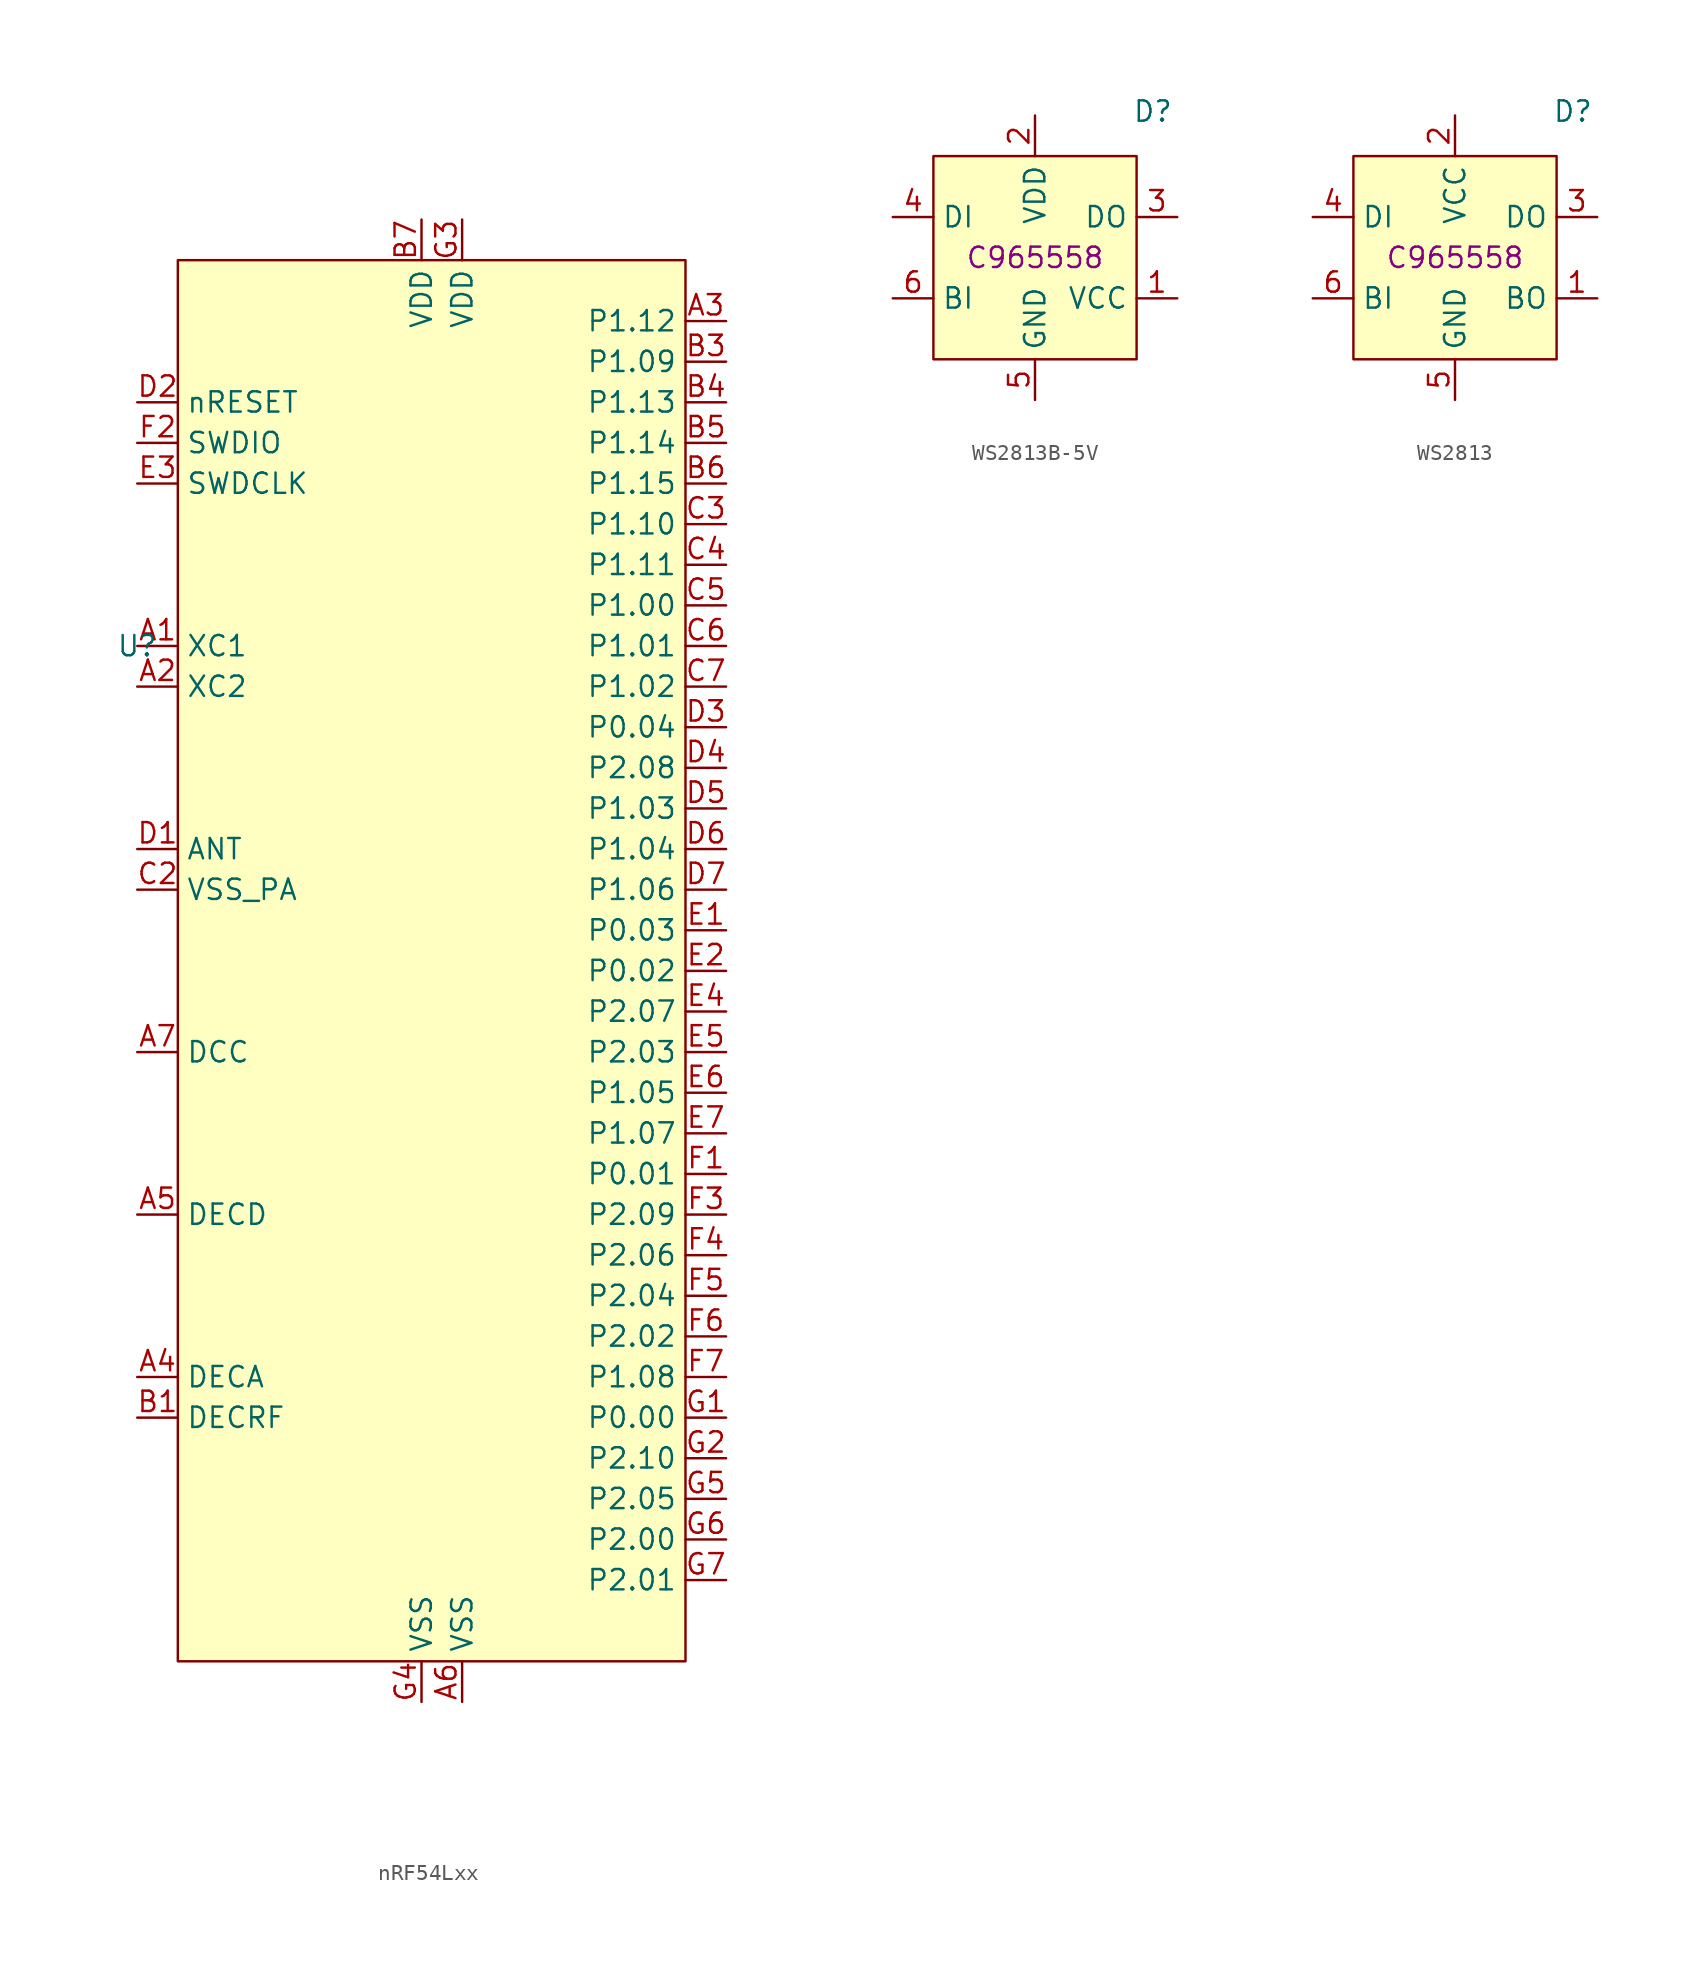
<source format=kicad_sym>
(kicad_symbol_lib
  (version 20231120)
  (generator "kicad_symbol_editor")
  (generator_version "8.0")
  (symbol "nRF54Lxx"
    (property "Reference" "U"
      (at -17.78 15.24 0)
      (effects (font (size 1.27 1.27))))
    (property "Value" ""
      (at -17.78 15.24 0)
      (effects (font (size 1.27 1.27))))
    (symbol "nRF54Lxx_0_0"
      (pin unspecified line (at -17.78 15.24 0) (length 2.54) (name "XC1" (effects (font (size 1.27 1.27)))) (number "A1" (effects (font (size 1.27 1.27)))))
      (pin unspecified line (at -17.78 12.7 0) (length 2.54) (name "XC2" (effects (font (size 1.27 1.27)))) (number "A2" (effects (font (size 1.27 1.27)))))
      (pin unspecified line (at 19.05 35.56 180) (length 2.54) (name "P1.12" (effects (font (size 1.27 1.27)))) (number "A3" (effects (font (size 1.27 1.27)))))
      (pin unspecified line (at -17.78 -30.48 0) (length 2.54) (name "DECA" (effects (font (size 1.27 1.27)))) (number "A4" (effects (font (size 1.27 1.27)))))
      (pin unspecified line (at -17.78 -20.32 0) (length 2.54) (name "DECD" (effects (font (size 1.27 1.27)))) (number "A5" (effects (font (size 1.27 1.27)))))
      (pin unspecified line (at 2.54 -50.8 90) (length 2.54) (name "VSS" (effects (font (size 1.27 1.27)))) (number "A6" (effects (font (size 1.27 1.27)))))
      (pin unspecified line (at -17.78 -10.16 0) (length 2.54) (name "DCC" (effects (font (size 1.27 1.27)))) (number "A7" (effects (font (size 1.27 1.27)))))
      (pin unspecified line (at -17.78 -33.02 0) (length 2.54) (name "DECRF" (effects (font (size 1.27 1.27)))) (number "B1" (effects (font (size 1.27 1.27)))))
      (pin unspecified line (at 19.05 33.02 180) (length 2.54) (name "P1.09" (effects (font (size 1.27 1.27)))) (number "B3" (effects (font (size 1.27 1.27)))))
      (pin unspecified line (at 19.05 30.48 180) (length 2.54) (name "P1.13" (effects (font (size 1.27 1.27)))) (number "B4" (effects (font (size 1.27 1.27)))))
      (pin unspecified line (at 19.05 27.94 180) (length 2.54) (name "P1.14" (effects (font (size 1.27 1.27)))) (number "B5" (effects (font (size 1.27 1.27)))))
      (pin unspecified line (at 19.05 25.4 180) (length 2.54) (name "P1.15" (effects (font (size 1.27 1.27)))) (number "B6" (effects (font (size 1.27 1.27)))))
      (pin unspecified line (at 0 41.91 270) (length 2.54) (name "VDD" (effects (font (size 1.27 1.27)))) (number "B7" (effects (font (size 1.27 1.27)))))
      (pin unspecified line (at -17.78 0 0) (length 2.54) (name "VSS_PA" (effects (font (size 1.27 1.27)))) (number "C2" (effects (font (size 1.27 1.27)))))
      (pin unspecified line (at 19.05 22.86 180) (length 2.54) (name "P1.10" (effects (font (size 1.27 1.27)))) (number "C3" (effects (font (size 1.27 1.27)))))
      (pin unspecified line (at 19.05 20.32 180) (length 2.54) (name "P1.11" (effects (font (size 1.27 1.27)))) (number "C4" (effects (font (size 1.27 1.27)))))
      (pin unspecified line (at 19.05 17.78 180) (length 2.54) (name "P1.00" (effects (font (size 1.27 1.27)))) (number "C5" (effects (font (size 1.27 1.27)))))
      (pin unspecified line (at 19.05 15.24 180) (length 2.54) (name "P1.01" (effects (font (size 1.27 1.27)))) (number "C6" (effects (font (size 1.27 1.27)))))
      (pin unspecified line (at 19.05 12.7 180) (length 2.54) (name "P1.02" (effects (font (size 1.27 1.27)))) (number "C7" (effects (font (size 1.27 1.27)))))
      (pin unspecified line (at -17.78 2.54 0) (length 2.54) (name "ANT" (effects (font (size 1.27 1.27)))) (number "D1" (effects (font (size 1.27 1.27)))))
      (pin unspecified line (at -17.78 30.48 0) (length 2.54) (name "nRESET" (effects (font (size 1.27 1.27)))) (number "D2" (effects (font (size 1.27 1.27)))))
      (pin unspecified line (at 19.05 10.16 180) (length 2.54) (name "P0.04" (effects (font (size 1.27 1.27)))) (number "D3" (effects (font (size 1.27 1.27)))))
      (pin unspecified line (at 19.05 7.62 180) (length 2.54) (name "P2.08" (effects (font (size 1.27 1.27)))) (number "D4" (effects (font (size 1.27 1.27)))))
      (pin unspecified line (at 19.05 5.08 180) (length 2.54) (name "P1.03" (effects (font (size 1.27 1.27)))) (number "D5" (effects (font (size 1.27 1.27)))))
      (pin unspecified line (at 19.05 2.54 180) (length 2.54) (name "P1.04" (effects (font (size 1.27 1.27)))) (number "D6" (effects (font (size 1.27 1.27)))))
      (pin unspecified line (at 19.05 0 180) (length 2.54) (name "P1.06" (effects (font (size 1.27 1.27)))) (number "D7" (effects (font (size 1.27 1.27)))))
      (pin unspecified line (at 19.05 -2.54 180) (length 2.54) (name "P0.03" (effects (font (size 1.27 1.27)))) (number "E1" (effects (font (size 1.27 1.27)))))
      (pin unspecified line (at 19.05 -5.08 180) (length 2.54) (name "P0.02" (effects (font (size 1.27 1.27)))) (number "E2" (effects (font (size 1.27 1.27)))))
      (pin unspecified line (at -17.78 25.4 0) (length 2.54) (name "SWDCLK" (effects (font (size 1.27 1.27)))) (number "E3" (effects (font (size 1.27 1.27)))))
      (pin unspecified line (at 19.05 -7.62 180) (length 2.54) (name "P2.07" (effects (font (size 1.27 1.27)))) (number "E4" (effects (font (size 1.27 1.27)))))
      (pin unspecified line (at 19.05 -10.16 180) (length 2.54) (name "P2.03" (effects (font (size 1.27 1.27)))) (number "E5" (effects (font (size 1.27 1.27)))))
      (pin unspecified line (at 19.05 -12.7 180) (length 2.54) (name "P1.05" (effects (font (size 1.27 1.27)))) (number "E6" (effects (font (size 1.27 1.27)))))
      (pin unspecified line (at 19.05 -15.24 180) (length 2.54) (name "P1.07" (effects (font (size 1.27 1.27)))) (number "E7" (effects (font (size 1.27 1.27)))))
      (pin unspecified line (at 19.05 -17.78 180) (length 2.54) (name "P0.01" (effects (font (size 1.27 1.27)))) (number "F1" (effects (font (size 1.27 1.27)))))
      (pin unspecified line (at -17.78 27.94 0) (length 2.54) (name "SWDIO" (effects (font (size 1.27 1.27)))) (number "F2" (effects (font (size 1.27 1.27)))))
      (pin unspecified line (at 19.05 -20.32 180) (length 2.54) (name "P2.09" (effects (font (size 1.27 1.27)))) (number "F3" (effects (font (size 1.27 1.27)))))
      (pin unspecified line (at 19.05 -22.86 180) (length 2.54) (name "P2.06" (effects (font (size 1.27 1.27)))) (number "F4" (effects (font (size 1.27 1.27)))))
      (pin unspecified line (at 19.05 -25.4 180) (length 2.54) (name "P2.04" (effects (font (size 1.27 1.27)))) (number "F5" (effects (font (size 1.27 1.27)))))
      (pin unspecified line (at 19.05 -27.94 180) (length 2.54) (name "P2.02" (effects (font (size 1.27 1.27)))) (number "F6" (effects (font (size 1.27 1.27)))))
      (pin unspecified line (at 19.05 -30.48 180) (length 2.54) (name "P1.08" (effects (font (size 1.27 1.27)))) (number "F7" (effects (font (size 1.27 1.27)))))
      (pin unspecified line (at 19.05 -33.02 180) (length 2.54) (name "P0.00" (effects (font (size 1.27 1.27)))) (number "G1" (effects (font (size 1.27 1.27)))))
      (pin unspecified line (at 19.05 -35.56 180) (length 2.54) (name "P2.10" (effects (font (size 1.27 1.27)))) (number "G2" (effects (font (size 1.27 1.27)))))
      (pin unspecified line (at 2.54 41.91 270) (length 2.54) (name "VDD" (effects (font (size 1.27 1.27)))) (number "G3" (effects (font (size 1.27 1.27)))))
      (pin unspecified line (at 0 -50.8 90) (length 2.54) (name "VSS" (effects (font (size 1.27 1.27)))) (number "G4" (effects (font (size 1.27 1.27)))))
      (pin unspecified line (at 19.05 -38.1 180) (length 2.54) (name "P2.05" (effects (font (size 1.27 1.27)))) (number "G5" (effects (font (size 1.27 1.27)))))
      (pin unspecified line (at 19.05 -40.64 180) (length 2.54) (name "P2.00" (effects (font (size 1.27 1.27)))) (number "G6" (effects (font (size 1.27 1.27)))))
      (pin unspecified line (at 19.05 -43.18 180) (length 2.54) (name "P2.01" (effects (font (size 1.27 1.27)))) (number "G7" (effects (font (size 1.27 1.27))))))
    (symbol "nRF54Lxx_1_1"
      (rectangle (start -15.24 39.37) (end 16.51 -48.26) (stroke (width 0) (type default)) (fill (type background)))))
  (symbol "WS2813B-5V"
    (property "Reference" "D"
      (at 7.366 9.144 0)
      (effects (font (size 1.27 1.27))))
    (property "Value" ""
      (at 0 -5.08 0)
      (effects (font (size 1.27 1.27))))
    (property "LCSC" "C965558"
      (at 0 0 0)
      (effects (font (size 1.27 1.27))))
    (symbol "WS2813B-5V_0_0"
      (pin unspecified line (at 8.89 -2.54 180) (length 2.54) (name "VCC" (effects (font (size 1.27 1.27)))) (number "1" (effects (font (size 1.27 1.27)))))
      (pin unspecified line (at 0 8.89 270) (length 2.54) (name "VDD" (effects (font (size 1.27 1.27)))) (number "2" (effects (font (size 1.27 1.27)))))
      (pin unspecified line (at 8.89 2.54 180) (length 2.54) (name "DO" (effects (font (size 1.27 1.27)))) (number "3" (effects (font (size 1.27 1.27)))))
      (pin unspecified line (at -8.89 2.54 0) (length 2.54) (name "DI" (effects (font (size 1.27 1.27)))) (number "4" (effects (font (size 1.27 1.27)))))
      (pin unspecified line (at 0 -8.89 90) (length 2.54) (name "GND" (effects (font (size 1.27 1.27)))) (number "5" (effects (font (size 1.27 1.27)))))
      (pin unspecified line (at -8.89 -2.54 0) (length 2.54) (name "BI" (effects (font (size 1.27 1.27)))) (number "6" (effects (font (size 1.27 1.27))))))
    (symbol "WS2813B-5V_1_1"
      (rectangle (start -6.35 6.35) (end 6.35 -6.35) (stroke (width 0) (type default)) (fill (type background)))))
  (symbol "WS2813"
    (property "Reference" "D"
      (at 7.366 9.144 0)
      (effects (font (size 1.27 1.27))))
    (property "Value" ""
      (at 0 -5.08 0)
      (effects (font (size 1.27 1.27))))
    (property "LCSC" "C965558"
      (at 0 0 0)
      (effects (font (size 1.27 1.27))))
    (symbol "WS2813_0_0"
      (pin unspecified line (at 8.89 -2.54 180) (length 2.54) (name "BO" (effects (font (size 1.27 1.27)))) (number "1" (effects (font (size 1.27 1.27)))))
      (pin unspecified line (at 0 8.89 270) (length 2.54) (name "VCC" (effects (font (size 1.27 1.27)))) (number "2" (effects (font (size 1.27 1.27)))))
      (pin unspecified line (at 8.89 2.54 180) (length 2.54) (name "DO" (effects (font (size 1.27 1.27)))) (number "3" (effects (font (size 1.27 1.27)))))
      (pin unspecified line (at -8.89 2.54 0) (length 2.54) (name "DI" (effects (font (size 1.27 1.27)))) (number "4" (effects (font (size 1.27 1.27)))))
      (pin unspecified line (at 0 -8.89 90) (length 2.54) (name "GND" (effects (font (size 1.27 1.27)))) (number "5" (effects (font (size 1.27 1.27)))))
      (pin unspecified line (at -8.89 -2.54 0) (length 2.54) (name "BI" (effects (font (size 1.27 1.27)))) (number "6" (effects (font (size 1.27 1.27))))))
    (symbol "WS2813_1_1"
      (rectangle (start -6.35 6.35) (end 6.35 -6.35) (stroke (width 0) (type default)) (fill (type background))))))
</source>
